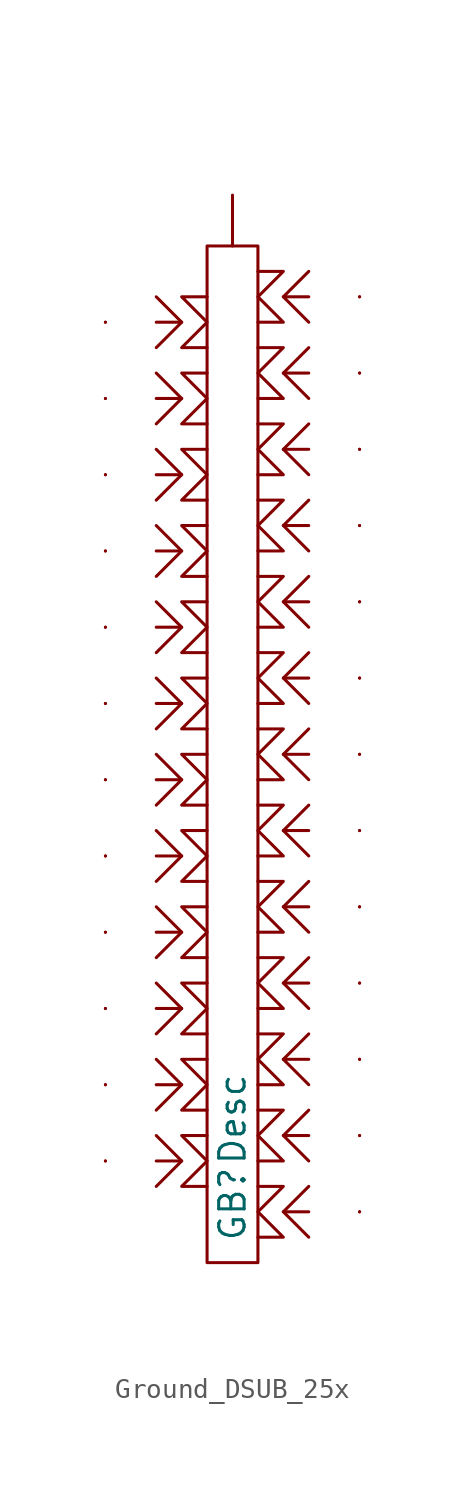
<source format=kicad_sym>
(kicad_symbol_lib
  (version 20231120)
  (generator "kicad_symbol_editor")
  (generator_version "8.0")
  (symbol "Ground_DSUB_25x"
    (pin_numbers hide)
    (pin_names
      (offset 0) hide)
    (property "Reference" "GB"
      (at 0 -26.924 90)
      (do_not_autoplace)
      (effects (font (size 1.27 1.27)) (justify left)))
    (property "Value" "Desc"
      (at 0 -23.114 90)
      (do_not_autoplace)
      (effects (font (size 1.27 1.27)) (justify left)))
    (symbol "Ground_DSUB_25x_0_1"
      (rectangle (start -1.27 22.86) (end 1.27 -27.94) (stroke (width 0) (type default)) (fill (type none)))
      (polyline (pts (xy -3.81 -24.13) (xy -2.54 -22.86) (xy -3.81 -21.59)) (stroke (width 0) (type default)) (fill (type none)))
      (polyline (pts (xy -3.81 -20.32) (xy -2.54 -19.05) (xy -3.81 -17.78)) (stroke (width 0) (type default)) (fill (type none)))
      (polyline (pts (xy -3.81 -16.51) (xy -2.54 -15.24) (xy -3.81 -13.97)) (stroke (width 0) (type default)) (fill (type none)))
      (polyline (pts (xy -3.81 -12.7) (xy -2.54 -11.43) (xy -3.81 -10.16)) (stroke (width 0) (type default)) (fill (type none)))
      (polyline (pts (xy -3.81 -8.89) (xy -2.54 -7.62) (xy -3.81 -6.35)) (stroke (width 0) (type default)) (fill (type none)))
      (polyline (pts (xy -3.81 -5.08) (xy -2.54 -3.81) (xy -3.81 -2.54)) (stroke (width 0) (type default)) (fill (type none)))
      (polyline (pts (xy -3.81 -1.27) (xy -2.54 0) (xy -3.81 1.27)) (stroke (width 0) (type default)) (fill (type none)))
      (polyline (pts (xy -3.81 2.54) (xy -2.54 3.81) (xy -3.81 5.08)) (stroke (width 0) (type default)) (fill (type none)))
      (polyline (pts (xy -3.81 6.35) (xy -2.54 7.62) (xy -3.81 8.89)) (stroke (width 0) (type default)) (fill (type none)))
      (polyline (pts (xy -3.81 10.16) (xy -2.54 11.43) (xy -3.81 12.7)) (stroke (width 0) (type default)) (fill (type none)))
      (polyline (pts (xy -3.81 13.97) (xy -2.54 15.24) (xy -3.81 16.51)) (stroke (width 0) (type default)) (fill (type none)))
      (polyline (pts (xy -3.81 17.78) (xy -2.54 19.05) (xy -3.81 20.32)) (stroke (width 0) (type default)) (fill (type none)))
      (polyline (pts (xy 3.81 -24.13) (xy 2.54 -25.4) (xy 3.81 -26.67)) (stroke (width 0) (type default)) (fill (type none)))
      (polyline (pts (xy 3.81 -20.32) (xy 2.54 -21.59) (xy 3.81 -22.86)) (stroke (width 0) (type default)) (fill (type none)))
      (polyline (pts (xy 3.81 -16.51) (xy 2.54 -17.78) (xy 3.81 -19.05)) (stroke (width 0) (type default)) (fill (type none)))
      (polyline (pts (xy 3.81 -12.7) (xy 2.54 -13.97) (xy 3.81 -15.24)) (stroke (width 0) (type default)) (fill (type none)))
      (polyline (pts (xy 3.81 -8.89) (xy 2.54 -10.16) (xy 3.81 -11.43)) (stroke (width 0) (type default)) (fill (type none)))
      (polyline (pts (xy 3.81 -5.08) (xy 2.54 -6.35) (xy 3.81 -7.62)) (stroke (width 0) (type default)) (fill (type none)))
      (polyline (pts (xy 3.81 -1.27) (xy 2.54 -2.54) (xy 3.81 -3.81)) (stroke (width 0) (type default)) (fill (type none)))
      (polyline (pts (xy 3.81 2.54) (xy 2.54 1.27) (xy 3.81 0)) (stroke (width 0) (type default)) (fill (type none)))
      (polyline (pts (xy 3.81 6.35) (xy 2.54 5.08) (xy 3.81 3.81)) (stroke (width 0) (type default)) (fill (type none)))
      (polyline (pts (xy 3.81 10.16) (xy 2.54 8.89) (xy 3.81 7.62)) (stroke (width 0) (type default)) (fill (type none)))
      (polyline (pts (xy 3.81 13.97) (xy 2.54 12.7) (xy 3.81 11.43)) (stroke (width 0) (type default)) (fill (type none)))
      (polyline (pts (xy 3.81 17.78) (xy 2.54 16.51) (xy 3.81 15.24)) (stroke (width 0) (type default)) (fill (type none)))
      (polyline (pts (xy 3.81 21.59) (xy 2.54 20.32) (xy 3.81 19.05)) (stroke (width 0) (type default)) (fill (type none)))
      (polyline (pts (xy -1.27 -24.13) (xy -2.54 -24.13) (xy -1.27 -22.86) (xy -2.54 -21.59) (xy -1.27 -21.59)) (stroke (width 0) (type default)) (fill (type none)))
      (polyline (pts (xy -1.27 -20.32) (xy -2.54 -20.32) (xy -1.27 -19.05) (xy -2.54 -17.78) (xy -1.27 -17.78)) (stroke (width 0) (type default)) (fill (type none)))
      (polyline (pts (xy -1.27 -16.51) (xy -2.54 -16.51) (xy -1.27 -15.24) (xy -2.54 -13.97) (xy -1.27 -13.97)) (stroke (width 0) (type default)) (fill (type none)))
      (polyline (pts (xy -1.27 -12.7) (xy -2.54 -12.7) (xy -1.27 -11.43) (xy -2.54 -10.16) (xy -1.27 -10.16)) (stroke (width 0) (type default)) (fill (type none)))
      (polyline (pts (xy -1.27 -8.89) (xy -2.54 -8.89) (xy -1.27 -7.62) (xy -2.54 -6.35) (xy -1.27 -6.35)) (stroke (width 0) (type default)) (fill (type none)))
      (polyline (pts (xy -1.27 -5.08) (xy -2.54 -5.08) (xy -1.27 -3.81) (xy -2.54 -2.54) (xy -1.27 -2.54)) (stroke (width 0) (type default)) (fill (type none)))
      (polyline (pts (xy -1.27 -1.27) (xy -2.54 -1.27) (xy -1.27 0) (xy -2.54 1.27) (xy -1.27 1.27)) (stroke (width 0) (type default)) (fill (type none)))
      (polyline (pts (xy -1.27 2.54) (xy -2.54 2.54) (xy -1.27 3.81) (xy -2.54 5.08) (xy -1.27 5.08)) (stroke (width 0) (type default)) (fill (type none)))
      (polyline (pts (xy -1.27 6.35) (xy -2.54 6.35) (xy -1.27 7.62) (xy -2.54 8.89) (xy -1.27 8.89)) (stroke (width 0) (type default)) (fill (type none)))
      (polyline (pts (xy -1.27 10.16) (xy -2.54 10.16) (xy -1.27 11.43) (xy -2.54 12.7) (xy -1.27 12.7)) (stroke (width 0) (type default)) (fill (type none)))
      (polyline (pts (xy -1.27 13.97) (xy -2.54 13.97) (xy -1.27 15.24) (xy -2.54 16.51) (xy -1.27 16.51)) (stroke (width 0) (type default)) (fill (type none)))
      (polyline (pts (xy -1.27 17.78) (xy -2.54 17.78) (xy -1.27 19.05) (xy -2.54 20.32) (xy -1.27 20.32)) (stroke (width 0) (type default)) (fill (type none)))
      (polyline (pts (xy 1.27 -24.13) (xy 2.54 -24.13) (xy 1.27 -25.4) (xy 2.54 -26.67) (xy 1.27 -26.67)) (stroke (width 0) (type default)) (fill (type none)))
      (polyline (pts (xy 1.27 -20.32) (xy 2.54 -20.32) (xy 1.27 -21.59) (xy 2.54 -22.86) (xy 1.27 -22.86)) (stroke (width 0) (type default)) (fill (type none)))
      (polyline (pts (xy 1.27 -16.51) (xy 2.54 -16.51) (xy 1.27 -17.78) (xy 2.54 -19.05) (xy 1.27 -19.05)) (stroke (width 0) (type default)) (fill (type none)))
      (polyline (pts (xy 1.27 -12.7) (xy 2.54 -12.7) (xy 1.27 -13.97) (xy 2.54 -15.24) (xy 1.27 -15.24)) (stroke (width 0) (type default)) (fill (type none)))
      (polyline (pts (xy 1.27 -8.89) (xy 2.54 -8.89) (xy 1.27 -10.16) (xy 2.54 -11.43) (xy 1.27 -11.43)) (stroke (width 0) (type default)) (fill (type none)))
      (polyline (pts (xy 1.27 -5.08) (xy 2.54 -5.08) (xy 1.27 -6.35) (xy 2.54 -7.62) (xy 1.27 -7.62)) (stroke (width 0) (type default)) (fill (type none)))
      (polyline (pts (xy 1.27 -1.27) (xy 2.54 -1.27) (xy 1.27 -2.54) (xy 2.54 -3.81) (xy 1.27 -3.81)) (stroke (width 0) (type default)) (fill (type none)))
      (polyline (pts (xy 1.27 2.54) (xy 2.54 2.54) (xy 1.27 1.27) (xy 2.54 0) (xy 1.27 0)) (stroke (width 0) (type default)) (fill (type none)))
      (polyline (pts (xy 1.27 6.35) (xy 2.54 6.35) (xy 1.27 5.08) (xy 2.54 3.81) (xy 1.27 3.81)) (stroke (width 0) (type default)) (fill (type none)))
      (polyline (pts (xy 1.27 10.16) (xy 2.54 10.16) (xy 1.27 8.89) (xy 2.54 7.62) (xy 1.27 7.62)) (stroke (width 0) (type default)) (fill (type none)))
      (polyline (pts (xy 1.27 13.97) (xy 2.54 13.97) (xy 1.27 12.7) (xy 2.54 11.43) (xy 1.27 11.43)) (stroke (width 0) (type default)) (fill (type none)))
      (polyline (pts (xy 1.27 17.78) (xy 2.54 17.78) (xy 1.27 16.51) (xy 2.54 15.24) (xy 1.27 15.24)) (stroke (width 0) (type default)) (fill (type none)))
      (polyline (pts (xy 1.27 21.59) (xy 2.54 21.59) (xy 1.27 20.32) (xy 2.54 19.05) (xy 1.27 19.05)) (stroke (width 0) (type default)) (fill (type none))))
    (symbol "Ground_DSUB_25x_1_1"
      (polyline (pts (xy -6.35 -22.86) (xy -6.35 -22.86)) (stroke (width 0) (type default)) (fill (type none)))
      (polyline (pts (xy -6.35 -22.86) (xy -6.35 -22.86)) (stroke (width 0) (type default)) (fill (type none)))
      (polyline (pts (xy -6.35 -19.05) (xy -6.35 -19.05)) (stroke (width 0) (type default)) (fill (type none)))
      (polyline (pts (xy -6.35 -19.05) (xy -6.35 -19.05)) (stroke (width 0) (type default)) (fill (type none)))
      (polyline (pts (xy -6.35 -15.24) (xy -6.35 -15.24)) (stroke (width 0) (type default)) (fill (type none)))
      (polyline (pts (xy -6.35 -15.24) (xy -6.35 -15.24)) (stroke (width 0) (type default)) (fill (type none)))
      (polyline (pts (xy -6.35 -11.43) (xy -6.35 -11.43)) (stroke (width 0) (type default)) (fill (type none)))
      (polyline (pts (xy -6.35 -11.43) (xy -6.35 -11.43)) (stroke (width 0) (type default)) (fill (type none)))
      (polyline (pts (xy -6.35 -7.62) (xy -6.35 -7.62)) (stroke (width 0) (type default)) (fill (type none)))
      (polyline (pts (xy -6.35 -7.62) (xy -6.35 -7.62)) (stroke (width 0) (type default)) (fill (type none)))
      (polyline (pts (xy -6.35 -3.81) (xy -6.35 -3.81)) (stroke (width 0) (type default)) (fill (type none)))
      (polyline (pts (xy -6.35 -3.81) (xy -6.35 -3.81)) (stroke (width 0) (type default)) (fill (type none)))
      (polyline (pts (xy -6.35 0) (xy -6.35 0)) (stroke (width 0) (type default)) (fill (type none)))
      (polyline (pts (xy -6.35 0) (xy -6.35 0)) (stroke (width 0) (type default)) (fill (type none)))
      (polyline (pts (xy -6.35 3.81) (xy -6.35 3.81)) (stroke (width 0) (type default)) (fill (type none)))
      (polyline (pts (xy -6.35 3.81) (xy -6.35 3.81)) (stroke (width 0) (type default)) (fill (type none)))
      (polyline (pts (xy -6.35 7.62) (xy -6.35 7.62)) (stroke (width 0) (type default)) (fill (type none)))
      (polyline (pts (xy -6.35 7.62) (xy -6.35 7.62)) (stroke (width 0) (type default)) (fill (type none)))
      (polyline (pts (xy -6.35 11.43) (xy -6.35 11.43)) (stroke (width 0) (type default)) (fill (type none)))
      (polyline (pts (xy -6.35 11.43) (xy -6.35 11.43)) (stroke (width 0) (type default)) (fill (type none)))
      (polyline (pts (xy -6.35 15.24) (xy -6.35 15.24)) (stroke (width 0) (type default)) (fill (type none)))
      (polyline (pts (xy -6.35 15.24) (xy -6.35 15.24)) (stroke (width 0) (type default)) (fill (type none)))
      (polyline (pts (xy -6.35 19.05) (xy -6.35 19.05)) (stroke (width 0) (type default)) (fill (type none)))
      (polyline (pts (xy -6.35 19.05) (xy -6.35 19.05)) (stroke (width 0) (type default)) (fill (type none)))
      (polyline (pts (xy 6.35 -25.4) (xy 6.35 -25.4)) (stroke (width 0) (type default)) (fill (type none)))
      (polyline (pts (xy 6.35 -25.4) (xy 6.35 -25.4)) (stroke (width 0) (type default)) (fill (type none)))
      (polyline (pts (xy 6.35 -21.59) (xy 6.35 -21.59)) (stroke (width 0) (type default)) (fill (type none)))
      (polyline (pts (xy 6.35 -21.59) (xy 6.35 -21.59)) (stroke (width 0) (type default)) (fill (type none)))
      (polyline (pts (xy 6.35 -17.78) (xy 6.35 -17.78)) (stroke (width 0) (type default)) (fill (type none)))
      (polyline (pts (xy 6.35 -17.78) (xy 6.35 -17.78)) (stroke (width 0) (type default)) (fill (type none)))
      (polyline (pts (xy 6.35 -13.97) (xy 6.35 -13.97)) (stroke (width 0) (type default)) (fill (type none)))
      (polyline (pts (xy 6.35 -13.97) (xy 6.35 -13.97)) (stroke (width 0) (type default)) (fill (type none)))
      (polyline (pts (xy 6.35 -10.16) (xy 6.35 -10.16)) (stroke (width 0) (type default)) (fill (type none)))
      (polyline (pts (xy 6.35 -10.16) (xy 6.35 -10.16)) (stroke (width 0) (type default)) (fill (type none)))
      (polyline (pts (xy 6.35 -6.35) (xy 6.35 -6.35)) (stroke (width 0) (type default)) (fill (type none)))
      (polyline (pts (xy 6.35 -6.35) (xy 6.35 -6.35)) (stroke (width 0) (type default)) (fill (type none)))
      (polyline (pts (xy 6.35 -2.54) (xy 6.35 -2.54)) (stroke (width 0) (type default)) (fill (type none)))
      (polyline (pts (xy 6.35 -2.54) (xy 6.35 -2.54)) (stroke (width 0) (type default)) (fill (type none)))
      (polyline (pts (xy 6.35 1.27) (xy 6.35 1.27)) (stroke (width 0) (type default)) (fill (type none)))
      (polyline (pts (xy 6.35 1.27) (xy 6.35 1.27)) (stroke (width 0) (type default)) (fill (type none)))
      (polyline (pts (xy 6.35 5.08) (xy 6.35 5.08)) (stroke (width 0) (type default)) (fill (type none)))
      (polyline (pts (xy 6.35 5.08) (xy 6.35 5.08)) (stroke (width 0) (type default)) (fill (type none)))
      (polyline (pts (xy 6.35 8.89) (xy 6.35 8.89)) (stroke (width 0) (type default)) (fill (type none)))
      (polyline (pts (xy 6.35 8.89) (xy 6.35 8.89)) (stroke (width 0) (type default)) (fill (type none)))
      (polyline (pts (xy 6.35 12.7) (xy 6.35 12.7)) (stroke (width 0) (type default)) (fill (type none)))
      (polyline (pts (xy 6.35 12.7) (xy 6.35 12.7)) (stroke (width 0) (type default)) (fill (type none)))
      (polyline (pts (xy 6.35 16.51) (xy 6.35 16.51)) (stroke (width 0) (type default)) (fill (type none)))
      (polyline (pts (xy 6.35 16.51) (xy 6.35 16.51)) (stroke (width 0) (type default)) (fill (type none)))
      (polyline (pts (xy 6.35 20.32) (xy 6.35 20.32)) (stroke (width 0) (type default)) (fill (type none)))
      (polyline (pts (xy 6.35 20.32) (xy 6.35 20.32)) (stroke (width 0) (type default)) (fill (type none)))
      (pin passive line (at 0 25.4 270) (length 2.54) (name "Pwr" (effects (font (size 1.27 1.27)))) (number "1" (effects (font (size 1.27 1.27)))))
      (pin passive line (at -3.81 -22.86 0) (length 1.27) (name "Desc" (effects (font (size 1.27 1.27)))) (number "Val_A" (effects (font (size 1.27 1.27)))))
      (pin passive line (at -3.81 -19.05 0) (length 1.27) (name "Desc" (effects (font (size 1.27 1.27)))) (number "Val_A" (effects (font (size 1.27 1.27)))))
      (pin passive line (at -3.81 -15.24 0) (length 1.27) (name "Desc" (effects (font (size 1.27 1.27)))) (number "Val_A" (effects (font (size 1.27 1.27)))))
      (pin passive line (at -3.81 -11.43 0) (length 1.27) (name "Desc" (effects (font (size 1.27 1.27)))) (number "Val_A" (effects (font (size 1.27 1.27)))))
      (pin passive line (at -3.81 -7.62 0) (length 1.27) (name "Desc" (effects (font (size 1.27 1.27)))) (number "Val_A" (effects (font (size 1.27 1.27)))))
      (pin passive line (at -3.81 -3.81 0) (length 1.27) (name "Desc" (effects (font (size 1.27 1.27)))) (number "Val_A" (effects (font (size 1.27 1.27)))))
      (pin passive line (at -3.81 0 0) (length 1.27) (name "Desc" (effects (font (size 1.27 1.27)))) (number "Val_A" (effects (font (size 1.27 1.27)))))
      (pin passive line (at -3.81 3.81 0) (length 1.27) (name "Desc" (effects (font (size 1.27 1.27)))) (number "Val_A" (effects (font (size 1.27 1.27)))))
      (pin passive line (at -3.81 7.62 0) (length 1.27) (name "Desc" (effects (font (size 1.27 1.27)))) (number "Val_A" (effects (font (size 1.27 1.27)))))
      (pin passive line (at -3.81 11.43 0) (length 1.27) (name "Desc" (effects (font (size 1.27 1.27)))) (number "Val_A" (effects (font (size 1.27 1.27)))))
      (pin passive line (at -3.81 15.24 0) (length 1.27) (name "Desc" (effects (font (size 1.27 1.27)))) (number "Val_A" (effects (font (size 1.27 1.27)))))
      (pin passive line (at -3.81 19.05 0) (length 1.27) (name "Desc" (effects (font (size 1.27 1.27)))) (number "Val_A" (effects (font (size 1.27 1.27)))))
      (pin passive line (at 3.81 -25.4 180) (length 1.27) (name "Desc" (effects (font (size 1.27 1.27)))) (number "Val_A" (effects (font (size 1.27 1.27)))))
      (pin passive line (at 3.81 -21.59 180) (length 1.27) (name "Desc" (effects (font (size 1.27 1.27)))) (number "Val_A" (effects (font (size 1.27 1.27)))))
      (pin passive line (at 3.81 -17.78 180) (length 1.27) (name "Desc" (effects (font (size 1.27 1.27)))) (number "Val_A" (effects (font (size 1.27 1.27)))))
      (pin passive line (at 3.81 -13.97 180) (length 1.27) (name "Desc" (effects (font (size 1.27 1.27)))) (number "Val_A" (effects (font (size 1.27 1.27)))))
      (pin passive line (at 3.81 -10.16 180) (length 1.27) (name "Desc" (effects (font (size 1.27 1.27)))) (number "Val_A" (effects (font (size 1.27 1.27)))))
      (pin passive line (at 3.81 -6.35 180) (length 1.27) (name "Desc" (effects (font (size 1.27 1.27)))) (number "Val_A" (effects (font (size 1.27 1.27)))))
      (pin passive line (at 3.81 -2.54 180) (length 1.27) (name "Desc" (effects (font (size 1.27 1.27)))) (number "Val_A" (effects (font (size 1.27 1.27)))))
      (pin passive line (at 3.81 1.27 180) (length 1.27) (name "Desc" (effects (font (size 1.27 1.27)))) (number "Val_A" (effects (font (size 1.27 1.27)))))
      (pin passive line (at 3.81 5.08 180) (length 1.27) (name "Desc" (effects (font (size 1.27 1.27)))) (number "Val_A" (effects (font (size 1.27 1.27)))))
      (pin passive line (at 3.81 8.89 180) (length 1.27) (name "Desc" (effects (font (size 1.27 1.27)))) (number "Val_A" (effects (font (size 1.27 1.27)))))
      (pin passive line (at 3.81 12.7 180) (length 1.27) (name "Desc" (effects (font (size 1.27 1.27)))) (number "Val_A" (effects (font (size 1.27 1.27)))))
      (pin passive line (at 3.81 16.51 180) (length 1.27) (name "Desc" (effects (font (size 1.27 1.27)))) (number "Val_A" (effects (font (size 1.27 1.27)))))
      (pin passive line (at 3.81 20.32 180) (length 1.27) (name "Desc" (effects (font (size 1.27 1.27)))) (number "Val_A" (effects (font (size 1.27 1.27))))))))
</source>
